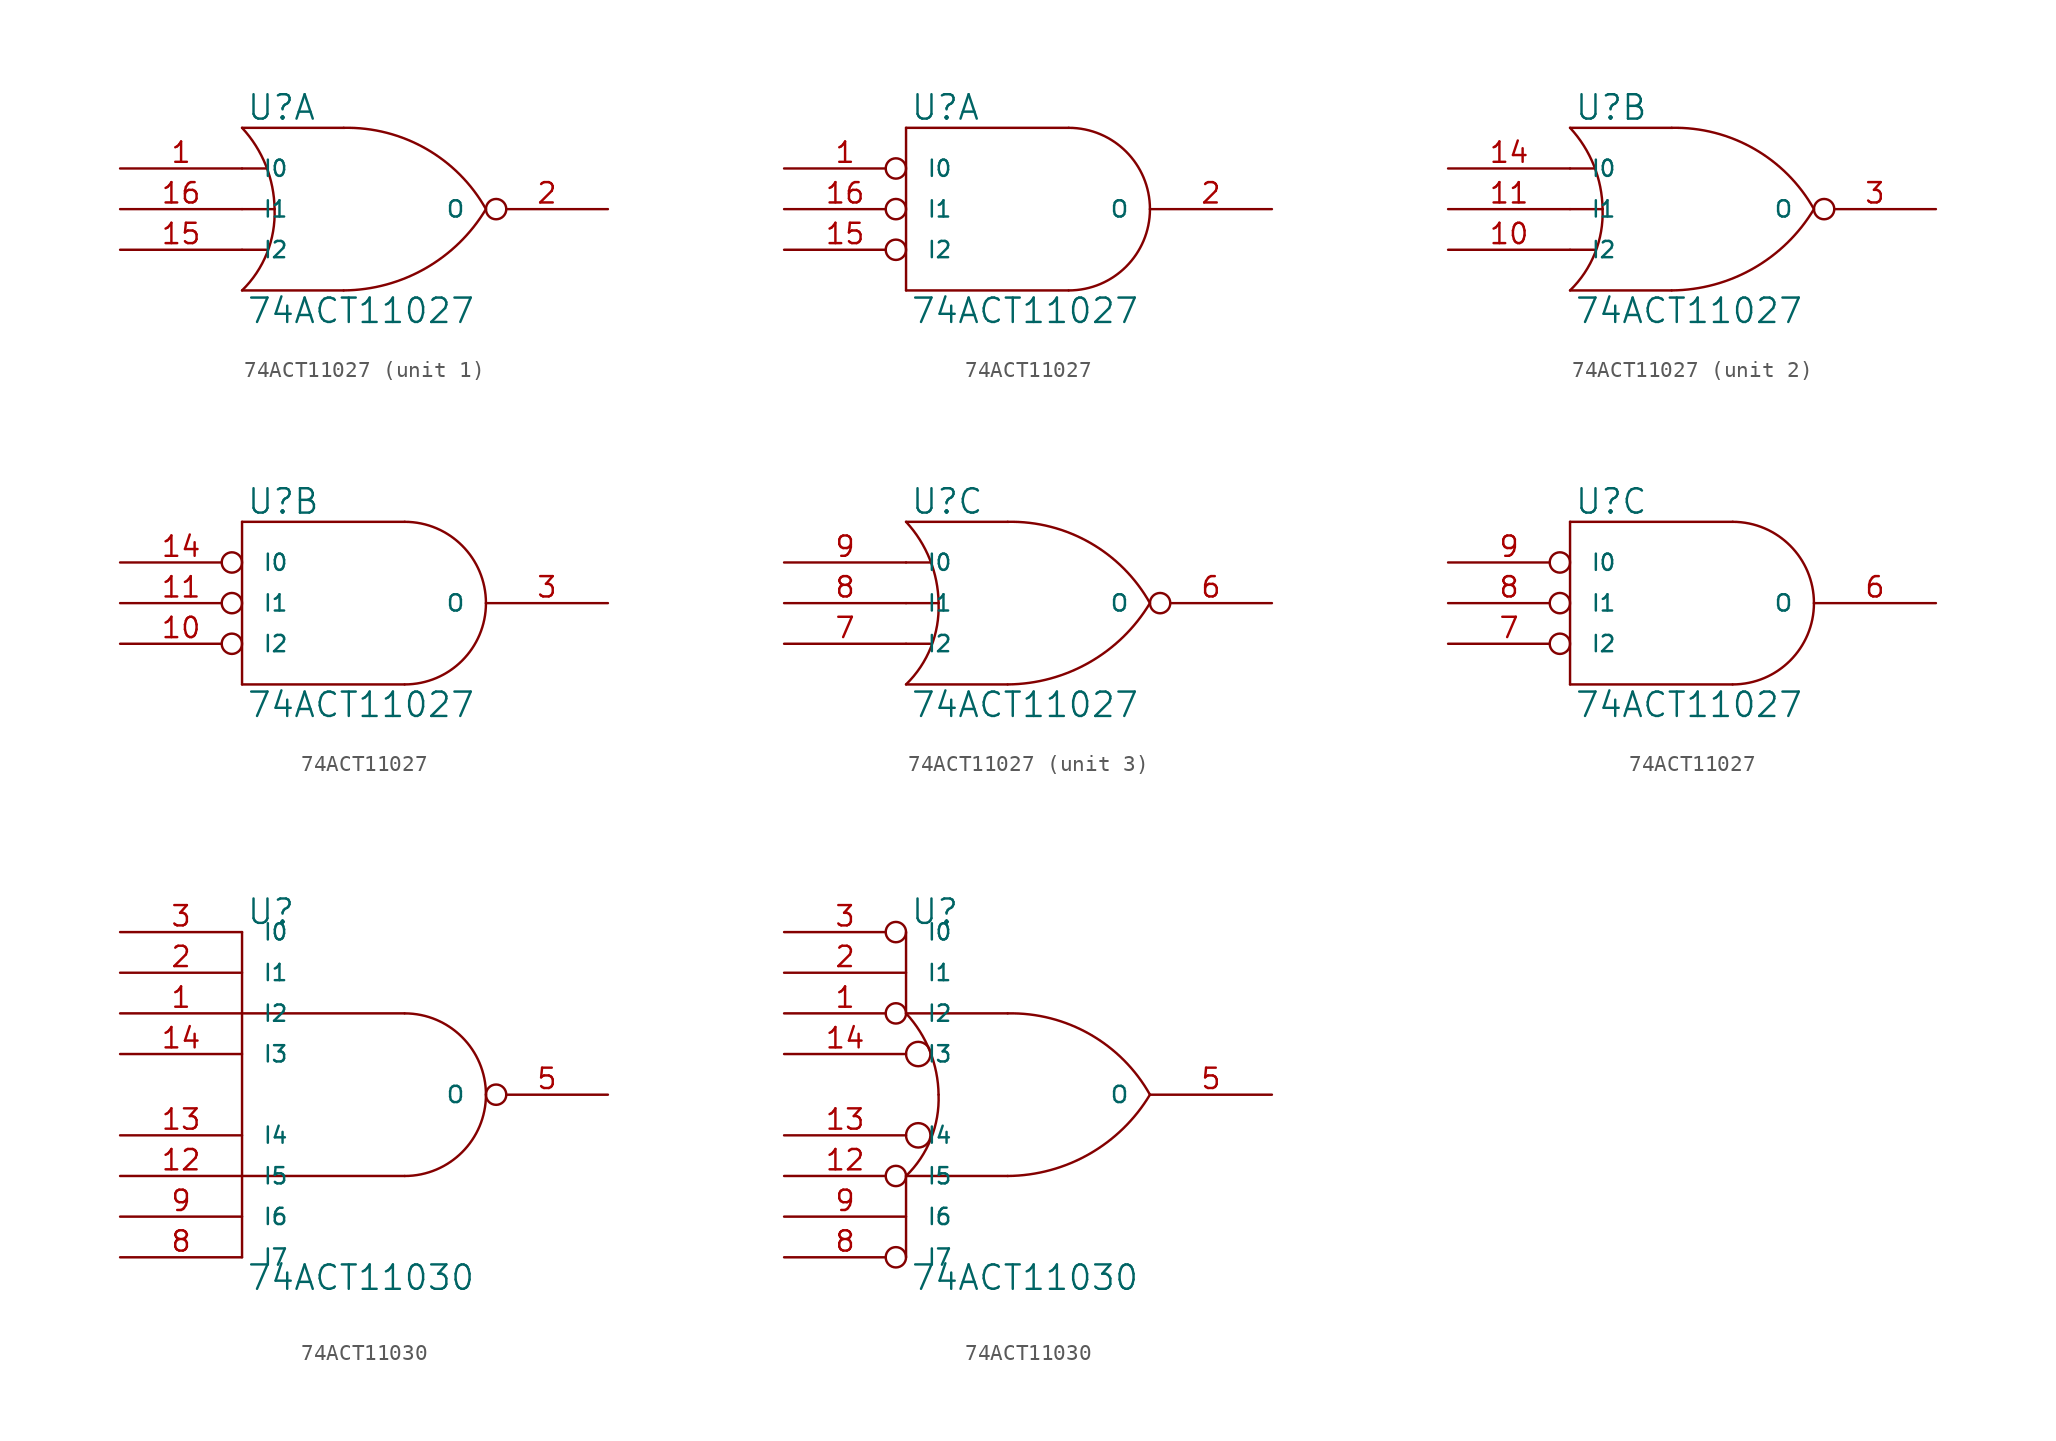
<source format=kicad_sym>
(kicad_symbol_lib
  (version 20231120)
  (generator "kicad_symbol_editor")
  (generator_version "8.0")
  (symbol "74ACT11027"
    (pin_names
      (offset 1.27))
    (property "Reference" "U"
      (at 0.254 0.381 0)
      (effects (font (size 1.524 1.524)) (justify left bottom)))
    (property "Value" "74ACT11027"
      (at 0.254 -10.541 0)
      (effects (font (size 1.524 1.524)) (justify left top)))
    (symbol "74ACT11027_0_1"
      (arc (start 0 -10.16) (mid 1.5573 -7.8293) (end 2.032 -5.08) (stroke (width 0) (type solid)) (fill (type none)))
      (polyline (pts (xy 0 -7.62) (xy 1.524 -7.62)) (stroke (width 0) (type solid)) (fill (type none)))
      (polyline (pts (xy 0 -5.08) (xy 2.032 -5.08)) (stroke (width 0) (type solid)) (fill (type none)))
      (polyline (pts (xy 0 -2.54) (xy 1.524 -2.54)) (stroke (width 0) (type solid)) (fill (type none)))
      (polyline (pts (xy 6.35 -10.16) (xy 0 -10.16)) (stroke (width 0) (type solid)) (fill (type none)))
      (polyline (pts (xy 6.35 0) (xy 0 0)) (stroke (width 0) (type solid)) (fill (type none)))
      (arc (start 2.032 -5.08) (mid 1.4906 -2.3584) (end 0 0) (stroke (width 0) (type solid)) (fill (type none)))
      (arc (start 6.35 -10.16) (mid 11.4496 -8.7875) (end 15.24 -5.08) (stroke (width 0) (type solid)) (fill (type none)))
      (arc (start 15.24 -5.08) (mid 11.4893 -1.3041) (end 6.35 0) (stroke (width 0) (type solid)) (fill (type none))))
    (symbol "74ACT11027_0_2"
      (polyline (pts (xy 0 -10.16) (xy 10.16 -10.16)) (stroke (width 0) (type solid)) (fill (type none)))
      (polyline (pts (xy 0 0) (xy 0 -10.16)) (stroke (width 0) (type solid)) (fill (type none)))
      (polyline (pts (xy 10.16 0) (xy 0 0)) (stroke (width 0) (type solid)) (fill (type none)))
      (arc (start 10.16 -10.16) (mid 13.7521 -8.6721) (end 15.24 -5.08) (stroke (width 0) (type solid)) (fill (type none)))
      (arc (start 15.24 -5.08) (mid 13.7521 -1.4879) (end 10.16 0) (stroke (width 0) (type solid)) (fill (type none))))
    (symbol "74ACT11027_1_1"
      (pin input line (at -7.62 -2.54 0) (length 7.62) (name "I0" (effects (font (size 1.016 1.016)))) (number "1" (effects (font (size 1.27 1.27)))))
      (pin power_in line (at 2.54 0 270) (length 0) hide (name "VCC" (effects (font (size 1.016 1.016)))) (number "12" (effects (font (size 1.27 1.27)))))
      (pin power_in line (at 0 0 270) (length 0) hide (name "VCC" (effects (font (size 1.016 1.016)))) (number "13" (effects (font (size 1.27 1.27)))))
      (pin input line (at -7.62 -7.62 0) (length 7.62) (name "I2" (effects (font (size 1.016 1.016)))) (number "15" (effects (font (size 1.27 1.27)))))
      (pin input line (at -7.62 -5.08 0) (length 7.62) (name "I1" (effects (font (size 1.016 1.016)))) (number "16" (effects (font (size 1.27 1.27)))))
      (pin output inverted (at 22.86 -5.08 180) (length 7.62) (name "O" (effects (font (size 1.016 1.016)))) (number "2" (effects (font (size 1.27 1.27)))))
      (pin power_in line (at 0 -10.16 90) (length 0) hide (name "GND" (effects (font (size 1.016 1.016)))) (number "4" (effects (font (size 1.27 1.27)))))
      (pin power_in line (at 2.54 -10.16 90) (length 0) hide (name "GND" (effects (font (size 1.016 1.016)))) (number "5" (effects (font (size 1.27 1.27))))))
    (symbol "74ACT11027_1_2"
      (pin input inverted (at -7.62 -2.54 0) (length 7.62) (name "I0" (effects (font (size 1.016 1.016)))) (number "1" (effects (font (size 1.27 1.27)))))
      (pin power_in line (at 2.54 0 270) (length 0) hide (name "VCC" (effects (font (size 1.016 1.016)))) (number "12" (effects (font (size 1.27 1.27)))))
      (pin power_in line (at 0 0 270) (length 0) hide (name "VCC" (effects (font (size 1.016 1.016)))) (number "13" (effects (font (size 1.27 1.27)))))
      (pin input inverted (at -7.62 -7.62 0) (length 7.62) (name "I2" (effects (font (size 1.016 1.016)))) (number "15" (effects (font (size 1.27 1.27)))))
      (pin input inverted (at -7.62 -5.08 0) (length 7.62) (name "I1" (effects (font (size 1.016 1.016)))) (number "16" (effects (font (size 1.27 1.27)))))
      (pin output line (at 22.86 -5.08 180) (length 7.62) (name "O" (effects (font (size 1.016 1.016)))) (number "2" (effects (font (size 1.27 1.27)))))
      (pin power_in line (at 0 -10.16 90) (length 0) hide (name "GND" (effects (font (size 1.016 1.016)))) (number "4" (effects (font (size 1.27 1.27)))))
      (pin power_in line (at 2.54 -10.16 90) (length 0) hide (name "GND" (effects (font (size 1.016 1.016)))) (number "5" (effects (font (size 1.27 1.27))))))
    (symbol "74ACT11027_2_1"
      (pin input line (at -7.62 -7.62 0) (length 7.62) (name "I2" (effects (font (size 1.016 1.016)))) (number "10" (effects (font (size 1.27 1.27)))))
      (pin input line (at -7.62 -5.08 0) (length 7.62) (name "I1" (effects (font (size 1.016 1.016)))) (number "11" (effects (font (size 1.27 1.27)))))
      (pin power_in line (at 2.54 0 270) (length 0) hide (name "VCC" (effects (font (size 1.016 1.016)))) (number "12" (effects (font (size 1.27 1.27)))))
      (pin power_in line (at 0 0 270) (length 0) hide (name "VCC" (effects (font (size 1.016 1.016)))) (number "13" (effects (font (size 1.27 1.27)))))
      (pin input line (at -7.62 -2.54 0) (length 7.62) (name "I0" (effects (font (size 1.016 1.016)))) (number "14" (effects (font (size 1.27 1.27)))))
      (pin output inverted (at 22.86 -5.08 180) (length 7.62) (name "O" (effects (font (size 1.016 1.016)))) (number "3" (effects (font (size 1.27 1.27)))))
      (pin power_in line (at 0 -10.16 90) (length 0) hide (name "GND" (effects (font (size 1.016 1.016)))) (number "4" (effects (font (size 1.27 1.27)))))
      (pin power_in line (at 2.54 -10.16 90) (length 0) hide (name "GND" (effects (font (size 1.016 1.016)))) (number "5" (effects (font (size 1.27 1.27))))))
    (symbol "74ACT11027_2_2"
      (pin input inverted (at -7.62 -7.62 0) (length 7.62) (name "I2" (effects (font (size 1.016 1.016)))) (number "10" (effects (font (size 1.27 1.27)))))
      (pin input inverted (at -7.62 -5.08 0) (length 7.62) (name "I1" (effects (font (size 1.016 1.016)))) (number "11" (effects (font (size 1.27 1.27)))))
      (pin power_in line (at 2.54 0 270) (length 0) hide (name "VCC" (effects (font (size 1.016 1.016)))) (number "12" (effects (font (size 1.27 1.27)))))
      (pin power_in line (at 0 0 270) (length 0) hide (name "VCC" (effects (font (size 1.016 1.016)))) (number "13" (effects (font (size 1.27 1.27)))))
      (pin input inverted (at -7.62 -2.54 0) (length 7.62) (name "I0" (effects (font (size 1.016 1.016)))) (number "14" (effects (font (size 1.27 1.27)))))
      (pin output line (at 22.86 -5.08 180) (length 7.62) (name "O" (effects (font (size 1.016 1.016)))) (number "3" (effects (font (size 1.27 1.27)))))
      (pin power_in line (at 0 -10.16 90) (length 0) hide (name "GND" (effects (font (size 1.016 1.016)))) (number "4" (effects (font (size 1.27 1.27)))))
      (pin power_in line (at 2.54 -10.16 90) (length 0) hide (name "GND" (effects (font (size 1.016 1.016)))) (number "5" (effects (font (size 1.27 1.27))))))
    (symbol "74ACT11027_3_1"
      (pin power_in line (at 2.54 0 270) (length 0) hide (name "VCC" (effects (font (size 1.016 1.016)))) (number "12" (effects (font (size 1.27 1.27)))))
      (pin power_in line (at 0 0 270) (length 0) hide (name "VCC" (effects (font (size 1.016 1.016)))) (number "13" (effects (font (size 1.27 1.27)))))
      (pin power_in line (at 0 -10.16 90) (length 0) hide (name "GND" (effects (font (size 1.016 1.016)))) (number "4" (effects (font (size 1.27 1.27)))))
      (pin power_in line (at 2.54 -10.16 90) (length 0) hide (name "GND" (effects (font (size 1.016 1.016)))) (number "5" (effects (font (size 1.27 1.27)))))
      (pin output inverted (at 22.86 -5.08 180) (length 7.62) (name "O" (effects (font (size 1.016 1.016)))) (number "6" (effects (font (size 1.27 1.27)))))
      (pin input line (at -7.62 -7.62 0) (length 7.62) (name "I2" (effects (font (size 1.016 1.016)))) (number "7" (effects (font (size 1.27 1.27)))))
      (pin input line (at -7.62 -5.08 0) (length 7.62) (name "I1" (effects (font (size 1.016 1.016)))) (number "8" (effects (font (size 1.27 1.27)))))
      (pin input line (at -7.62 -2.54 0) (length 7.62) (name "I0" (effects (font (size 1.016 1.016)))) (number "9" (effects (font (size 1.27 1.27))))))
    (symbol "74ACT11027_3_2"
      (pin power_in line (at 2.54 0 270) (length 0) hide (name "VCC" (effects (font (size 1.016 1.016)))) (number "12" (effects (font (size 1.27 1.27)))))
      (pin power_in line (at 0 0 270) (length 0) hide (name "VCC" (effects (font (size 1.016 1.016)))) (number "13" (effects (font (size 1.27 1.27)))))
      (pin power_in line (at 0 -10.16 90) (length 0) hide (name "GND" (effects (font (size 1.016 1.016)))) (number "4" (effects (font (size 1.27 1.27)))))
      (pin power_in line (at 2.54 -10.16 90) (length 0) hide (name "GND" (effects (font (size 1.016 1.016)))) (number "5" (effects (font (size 1.27 1.27)))))
      (pin output line (at 22.86 -5.08 180) (length 7.62) (name "O" (effects (font (size 1.016 1.016)))) (number "6" (effects (font (size 1.27 1.27)))))
      (pin input inverted (at -7.62 -7.62 0) (length 7.62) (name "I2" (effects (font (size 1.016 1.016)))) (number "7" (effects (font (size 1.27 1.27)))))
      (pin input inverted (at -7.62 -5.08 0) (length 7.62) (name "I1" (effects (font (size 1.016 1.016)))) (number "8" (effects (font (size 1.27 1.27)))))
      (pin input inverted (at -7.62 -2.54 0) (length 7.62) (name "I0" (effects (font (size 1.016 1.016)))) (number "9" (effects (font (size 1.27 1.27)))))))
  (symbol "74ACT11030"
    (pin_names
      (offset 1.27))
    (property "Reference" "U"
      (at 0.254 0.381 0)
      (effects (font (size 1.524 1.524)) (justify left bottom)))
    (property "Value" "74ACT11030"
      (at 0.254 -20.701 0)
      (effects (font (size 1.524 1.524)) (justify left top)))
    (symbol "74ACT11030_0_1"
      (polyline (pts (xy 0 -15.24) (xy 10.16 -15.24)) (stroke (width 0) (type solid)) (fill (type none)))
      (polyline (pts (xy 0 0) (xy 0 -20.32)) (stroke (width 0) (type solid)) (fill (type none)))
      (polyline (pts (xy 10.16 -5.08) (xy 0 -5.08)) (stroke (width 0) (type solid)) (fill (type none)))
      (arc (start 10.16 -15.24) (mid 13.7521 -13.7521) (end 15.24 -10.16) (stroke (width 0) (type solid)) (fill (type none)))
      (arc (start 15.24 -10.16) (mid 13.7521 -6.5679) (end 10.16 -5.08) (stroke (width 0) (type solid)) (fill (type none))))
    (symbol "74ACT11030_0_2"
      (arc (start 0 -15.24) (mid 1.5573 -12.9093) (end 2.032 -10.16) (stroke (width 0) (type solid)) (fill (type none)))
      (polyline (pts (xy 0 -15.24) (xy 0 -20.32)) (stroke (width 0) (type solid)) (fill (type none)))
      (polyline (pts (xy 0 0) (xy 0 -5.08)) (stroke (width 0) (type solid)) (fill (type none)))
      (polyline (pts (xy 6.35 -15.24) (xy 0 -15.24)) (stroke (width 0) (type solid)) (fill (type none)))
      (polyline (pts (xy 6.35 -5.08) (xy 0 -5.08)) (stroke (width 0) (type solid)) (fill (type none)))
      (circle (center 0.762 -12.7) (radius 0.762) (stroke (width 0) (type solid)) (fill (type none)))
      (circle (center 0.762 -7.62) (radius 0.762) (stroke (width 0) (type solid)) (fill (type none)))
      (arc (start 2.032 -10.16) (mid 1.4906 -7.4384) (end 0 -5.08) (stroke (width 0) (type solid)) (fill (type none)))
      (arc (start 6.35 -15.24) (mid 11.4496 -13.8675) (end 15.24 -10.16) (stroke (width 0) (type solid)) (fill (type none)))
      (arc (start 15.24 -10.16) (mid 11.4893 -6.3841) (end 6.35 -5.08) (stroke (width 0) (type solid)) (fill (type none))))
    (symbol "74ACT11030_1_1"
      (pin input line (at -7.62 -5.08 0) (length 7.62) (name "I2" (effects (font (size 1.016 1.016)))) (number "1" (effects (font (size 1.27 1.27)))))
      (pin power_in line (at 0 0 270) (length 0) hide (name "VCC" (effects (font (size 1.016 1.016)))) (number "11" (effects (font (size 1.27 1.27)))))
      (pin input line (at -7.62 -15.24 0) (length 7.62) (name "I5" (effects (font (size 1.016 1.016)))) (number "12" (effects (font (size 1.27 1.27)))))
      (pin input line (at -7.62 -12.7 0) (length 7.62) (name "I4" (effects (font (size 1.016 1.016)))) (number "13" (effects (font (size 1.27 1.27)))))
      (pin input line (at -7.62 -7.62 0) (length 7.62) (name "I3" (effects (font (size 1.016 1.016)))) (number "14" (effects (font (size 1.27 1.27)))))
      (pin input line (at -7.62 -2.54 0) (length 7.62) (name "I1" (effects (font (size 1.016 1.016)))) (number "2" (effects (font (size 1.27 1.27)))))
      (pin input line (at -7.62 0 0) (length 7.62) (name "I0" (effects (font (size 1.016 1.016)))) (number "3" (effects (font (size 1.27 1.27)))))
      (pin power_in line (at 0 -20.32 90) (length 0) hide (name "GND" (effects (font (size 1.016 1.016)))) (number "4" (effects (font (size 1.27 1.27)))))
      (pin output inverted (at 22.86 -10.16 180) (length 7.62) (name "O" (effects (font (size 1.016 1.016)))) (number "5" (effects (font (size 1.27 1.27)))))
      (pin input line (at -7.62 -20.32 0) (length 7.62) (name "I7" (effects (font (size 1.016 1.016)))) (number "8" (effects (font (size 1.27 1.27)))))
      (pin input line (at -7.62 -17.78 0) (length 7.62) (name "I6" (effects (font (size 1.016 1.016)))) (number "9" (effects (font (size 1.27 1.27))))))
    (symbol "74ACT11030_1_2"
      (pin input inverted (at -7.62 -5.08 0) (length 7.62) (name "I2" (effects (font (size 1.016 1.016)))) (number "1" (effects (font (size 1.27 1.27)))))
      (pin power_in line (at 0 0 270) (length 0) hide (name "VCC" (effects (font (size 1.016 1.016)))) (number "11" (effects (font (size 1.27 1.27)))))
      (pin input inverted (at -7.62 -15.24 0) (length 7.62) (name "I5" (effects (font (size 1.016 1.016)))) (number "12" (effects (font (size 1.27 1.27)))))
      (pin input line (at -7.62 -12.7 0) (length 7.62) (name "I4" (effects (font (size 1.016 1.016)))) (number "13" (effects (font (size 1.27 1.27)))))
      (pin input line (at -7.62 -7.62 0) (length 7.62) (name "I3" (effects (font (size 1.016 1.016)))) (number "14" (effects (font (size 1.27 1.27)))))
      (pin input line (at -7.62 -2.54 0) (length 7.62) (name "I1" (effects (font (size 1.016 1.016)))) (number "2" (effects (font (size 1.27 1.27)))))
      (pin input inverted (at -7.62 0 0) (length 7.62) (name "I0" (effects (font (size 1.016 1.016)))) (number "3" (effects (font (size 1.27 1.27)))))
      (pin power_in line (at 0 -20.32 90) (length 0) hide (name "GND" (effects (font (size 1.016 1.016)))) (number "4" (effects (font (size 1.27 1.27)))))
      (pin output line (at 22.86 -10.16 180) (length 7.62) (name "O" (effects (font (size 1.016 1.016)))) (number "5" (effects (font (size 1.27 1.27)))))
      (pin input inverted (at -7.62 -20.32 0) (length 7.62) (name "I7" (effects (font (size 1.016 1.016)))) (number "8" (effects (font (size 1.27 1.27)))))
      (pin input line (at -7.62 -17.78 0) (length 7.62) (name "I6" (effects (font (size 1.016 1.016)))) (number "9" (effects (font (size 1.27 1.27))))))))
</source>
